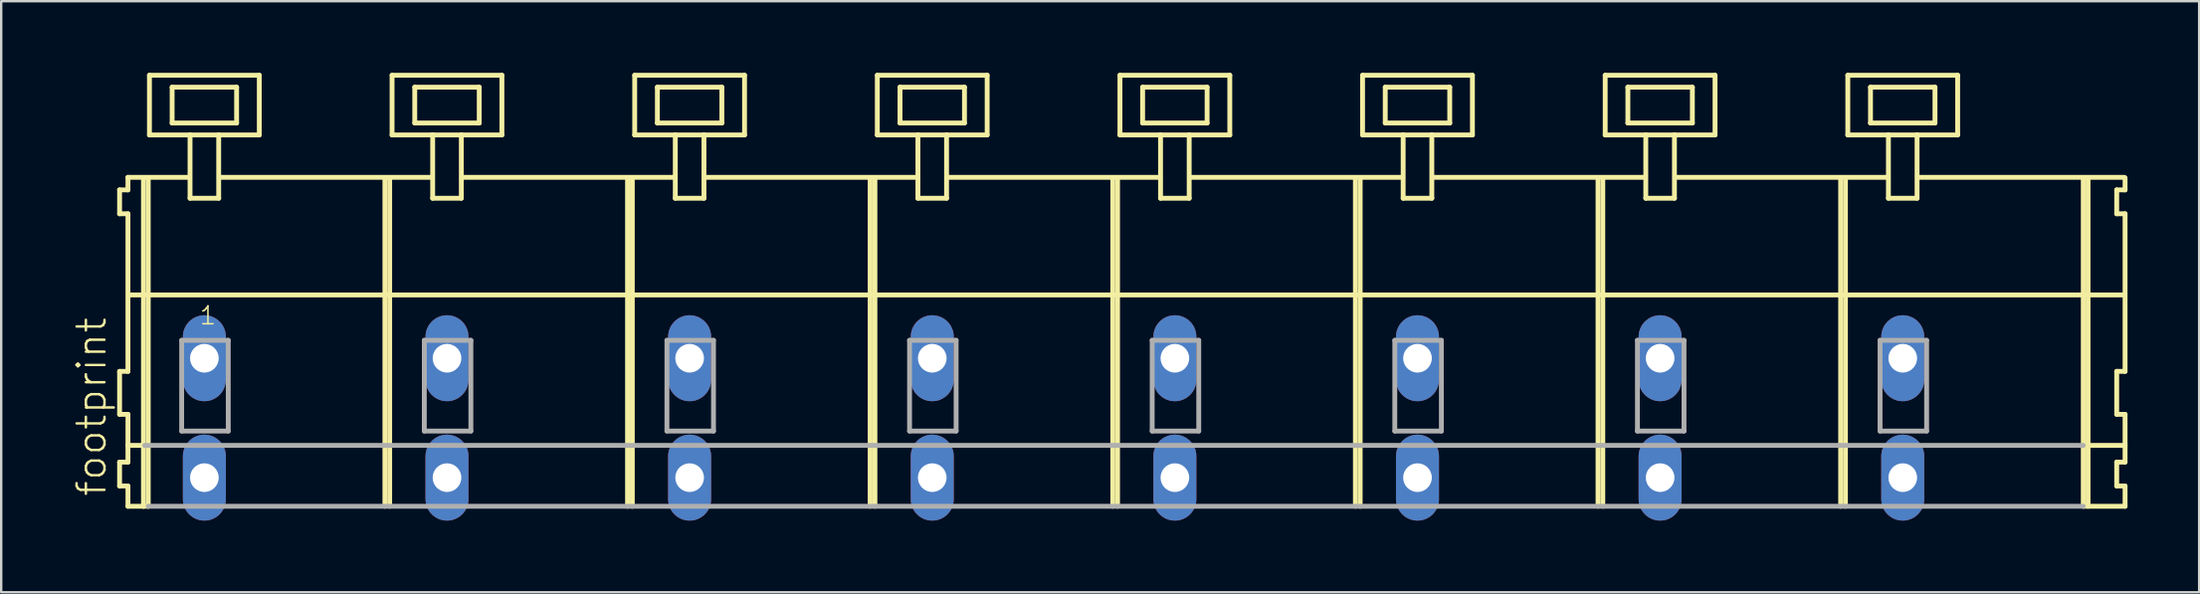
<source format=kicad_pcb>
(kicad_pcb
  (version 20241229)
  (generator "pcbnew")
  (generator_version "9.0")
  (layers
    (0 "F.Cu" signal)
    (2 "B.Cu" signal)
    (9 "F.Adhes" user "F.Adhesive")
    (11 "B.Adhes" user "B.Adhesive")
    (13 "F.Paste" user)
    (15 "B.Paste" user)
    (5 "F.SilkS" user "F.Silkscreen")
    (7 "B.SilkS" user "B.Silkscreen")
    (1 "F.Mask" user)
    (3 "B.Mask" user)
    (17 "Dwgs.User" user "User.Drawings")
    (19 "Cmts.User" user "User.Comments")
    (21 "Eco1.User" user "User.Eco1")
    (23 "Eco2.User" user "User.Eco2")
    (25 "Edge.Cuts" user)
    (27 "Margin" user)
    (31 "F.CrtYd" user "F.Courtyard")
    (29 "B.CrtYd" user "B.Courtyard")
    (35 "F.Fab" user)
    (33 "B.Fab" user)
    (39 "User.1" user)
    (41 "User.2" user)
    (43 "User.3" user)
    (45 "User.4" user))
  (footprint "footprint"
    (layer "F.Cu")
    (at 43.608 11.952)
    (property "Reference" "footprint" (at -42.135 5.855 90) (layer "F.SilkS") (effects (font (size 1.168 1.168) (thickness 0.102)) (justify left bottom)))
    (fp_line (start -41.65 -7.05) (end -41.65 -6.05) (stroke (width 0.203) (type solid)) (layer "F.SilkS"))
    (fp_line (start -41.65 -6.05) (end -41.3 -6.05) (stroke (width 0.203) (type solid)) (layer "F.SilkS"))
    (fp_line (start -41.65 0.55) (end -41.65 2.35) (stroke (width 0.203) (type solid)) (layer "F.SilkS"))
    (fp_line (start -41.65 2.35) (end -41.3 2.35) (stroke (width 0.203) (type solid)) (layer "F.SilkS"))
    (fp_line (start -41.65 4.35) (end -41.65 5.35) (stroke (width 0.203) (type solid)) (layer "F.SilkS"))
    (fp_line (start -41.65 5.35) (end -41.3 5.35) (stroke (width 0.203) (type solid)) (layer "F.SilkS"))
    (fp_line (start -41.3 -7.575) (end -41.3 -7.05) (stroke (width 0.203) (type solid)) (layer "F.SilkS"))
    (fp_line (start -41.3 -7.575) (end -38.725 -7.575) (stroke (width 0.203) (type solid)) (layer "F.SilkS"))
    (fp_line (start -41.3 -7.05) (end -41.65 -7.05) (stroke (width 0.203) (type solid)) (layer "F.SilkS"))
    (fp_line (start -41.3 -6.05) (end -41.3 0.55) (stroke (width 0.203) (type solid)) (layer "F.SilkS"))
    (fp_line (start -41.3 0.55) (end -41.65 0.55) (stroke (width 0.203) (type solid)) (layer "F.SilkS"))
    (fp_line (start -41.3 2.35) (end -41.3 4.35) (stroke (width 0.203) (type solid)) (layer "F.SilkS"))
    (fp_line (start -41.3 3.65) (end -40.6 3.65) (stroke (width 0.203) (type solid)) (layer "F.SilkS"))
    (fp_line (start -41.3 4.35) (end -41.65 4.35) (stroke (width 0.203) (type solid)) (layer "F.SilkS"))
    (fp_line (start -41.3 5.35) (end -41.3 6.2) (stroke (width 0.203) (type solid)) (layer "F.SilkS"))
    (fp_line (start -41.3 6.2) (end -40.65 6.2) (stroke (width 0.203) (type solid)) (layer "F.SilkS"))
    (fp_line (start -41.25 -2.65) (end 42.28 -2.65) (stroke (width 0.203) (type solid)) (layer "F.SilkS"))
    (fp_line (start -40.65 -7.55) (end -40.65 6.2) (stroke (width 0.203) (type solid)) (layer "F.SilkS"))
    (fp_line (start -40.65 6.2) (end -40.45 6.2) (stroke (width 0.203) (type solid)) (layer "F.SilkS"))
    (fp_line (start -40.45 -7.55) (end -40.45 6.2) (stroke (width 0.203) (type solid)) (layer "F.SilkS"))
    (fp_line (start -40.4 -11.85) (end -40.4 -9.35) (stroke (width 0.203) (type solid)) (layer "F.SilkS"))
    (fp_line (start -40.4 -9.35) (end -38.7 -9.35) (stroke (width 0.203) (type solid)) (layer "F.SilkS"))
    (fp_line (start -39.45 -11.35) (end -39.45 -9.85) (stroke (width 0.203) (type solid)) (layer "F.SilkS"))
    (fp_line (start -39.45 -9.85) (end -36.75 -9.85) (stroke (width 0.203) (type solid)) (layer "F.SilkS"))
    (fp_line (start -38.7 -9.35) (end -38.7 -6.7) (stroke (width 0.203) (type solid)) (layer "F.SilkS"))
    (fp_line (start -38.7 -9.35) (end -37.5 -9.35) (stroke (width 0.203) (type solid)) (layer "F.SilkS"))
    (fp_line (start -38.7 -6.7) (end -37.5 -6.7) (stroke (width 0.203) (type solid)) (layer "F.SilkS"))
    (fp_line (start -37.5 -9.35) (end -35.8 -9.35) (stroke (width 0.203) (type solid)) (layer "F.SilkS"))
    (fp_line (start -37.5 -6.7) (end -37.5 -9.35) (stroke (width 0.203) (type solid)) (layer "F.SilkS"))
    (fp_line (start -37.475 -7.575) (end -28.561 -7.575) (stroke (width 0.203) (type solid)) (layer "F.SilkS"))
    (fp_line (start -36.75 -11.35) (end -39.45 -11.35) (stroke (width 0.203) (type solid)) (layer "F.SilkS"))
    (fp_line (start -36.75 -9.85) (end -36.75 -11.35) (stroke (width 0.203) (type solid)) (layer "F.SilkS"))
    (fp_line (start -35.8 -11.85) (end -40.4 -11.85) (stroke (width 0.203) (type solid)) (layer "F.SilkS"))
    (fp_line (start -35.8 -9.35) (end -35.8 -11.85) (stroke (width 0.203) (type solid)) (layer "F.SilkS"))
    (fp_line (start -30.54 -7.55) (end -30.54 6.2) (stroke (width 0.203) (type solid)) (layer "F.SilkS"))
    (fp_line (start -30.34 -7.55) (end -30.34 6.2) (stroke (width 0.203) (type solid)) (layer "F.SilkS"))
    (fp_line (start -30.24 -11.85) (end -30.24 -9.35) (stroke (width 0.203) (type solid)) (layer "F.SilkS"))
    (fp_line (start -30.24 -9.35) (end -28.54 -9.35) (stroke (width 0.203) (type solid)) (layer "F.SilkS"))
    (fp_line (start -29.29 -11.35) (end -29.29 -9.85) (stroke (width 0.203) (type solid)) (layer "F.SilkS"))
    (fp_line (start -29.29 -9.85) (end -26.59 -9.85) (stroke (width 0.203) (type solid)) (layer "F.SilkS"))
    (fp_line (start -28.54 -9.35) (end -28.54 -6.7) (stroke (width 0.203) (type solid)) (layer "F.SilkS"))
    (fp_line (start -28.54 -9.35) (end -27.34 -9.35) (stroke (width 0.203) (type solid)) (layer "F.SilkS"))
    (fp_line (start -28.54 -6.7) (end -27.34 -6.7) (stroke (width 0.203) (type solid)) (layer "F.SilkS"))
    (fp_line (start -27.34 -9.35) (end -25.64 -9.35) (stroke (width 0.203) (type solid)) (layer "F.SilkS"))
    (fp_line (start -27.34 -6.7) (end -27.34 -9.35) (stroke (width 0.203) (type solid)) (layer "F.SilkS"))
    (fp_line (start -27.315 -7.575) (end -18.401 -7.575) (stroke (width 0.203) (type solid)) (layer "F.SilkS"))
    (fp_line (start -26.59 -11.35) (end -29.29 -11.35) (stroke (width 0.203) (type solid)) (layer "F.SilkS"))
    (fp_line (start -26.59 -9.85) (end -26.59 -11.35) (stroke (width 0.203) (type solid)) (layer "F.SilkS"))
    (fp_line (start -25.64 -11.85) (end -30.24 -11.85) (stroke (width 0.203) (type solid)) (layer "F.SilkS"))
    (fp_line (start -25.64 -9.35) (end -25.64 -11.85) (stroke (width 0.203) (type solid)) (layer "F.SilkS"))
    (fp_line (start -20.38 -7.55) (end -20.38 6.2) (stroke (width 0.203) (type solid)) (layer "F.SilkS"))
    (fp_line (start -20.18 -7.55) (end -20.18 6.2) (stroke (width 0.203) (type solid)) (layer "F.SilkS"))
    (fp_line (start -20.08 -11.85) (end -20.08 -9.35) (stroke (width 0.203) (type solid)) (layer "F.SilkS"))
    (fp_line (start -20.08 -9.35) (end -18.38 -9.35) (stroke (width 0.203) (type solid)) (layer "F.SilkS"))
    (fp_line (start -19.13 -11.35) (end -19.13 -9.85) (stroke (width 0.203) (type solid)) (layer "F.SilkS"))
    (fp_line (start -19.13 -9.85) (end -16.43 -9.85) (stroke (width 0.203) (type solid)) (layer "F.SilkS"))
    (fp_line (start -18.38 -9.35) (end -18.38 -6.7) (stroke (width 0.203) (type solid)) (layer "F.SilkS"))
    (fp_line (start -18.38 -9.35) (end -17.18 -9.35) (stroke (width 0.203) (type solid)) (layer "F.SilkS"))
    (fp_line (start -18.38 -6.7) (end -17.18 -6.7) (stroke (width 0.203) (type solid)) (layer "F.SilkS"))
    (fp_line (start -17.18 -9.35) (end -15.48 -9.35) (stroke (width 0.203) (type solid)) (layer "F.SilkS"))
    (fp_line (start -17.18 -6.7) (end -17.18 -9.35) (stroke (width 0.203) (type solid)) (layer "F.SilkS"))
    (fp_line (start -17.155 -7.575) (end -8.241 -7.575) (stroke (width 0.203) (type solid)) (layer "F.SilkS"))
    (fp_line (start -16.43 -11.35) (end -19.13 -11.35) (stroke (width 0.203) (type solid)) (layer "F.SilkS"))
    (fp_line (start -16.43 -9.85) (end -16.43 -11.35) (stroke (width 0.203) (type solid)) (layer "F.SilkS"))
    (fp_line (start -15.48 -11.85) (end -20.08 -11.85) (stroke (width 0.203) (type solid)) (layer "F.SilkS"))
    (fp_line (start -15.48 -9.35) (end -15.48 -11.85) (stroke (width 0.203) (type solid)) (layer "F.SilkS"))
    (fp_line (start -10.22 -7.55) (end -10.22 6.2) (stroke (width 0.203) (type solid)) (layer "F.SilkS"))
    (fp_line (start -10.02 -7.55) (end -10.02 6.2) (stroke (width 0.203) (type solid)) (layer "F.SilkS"))
    (fp_line (start -9.92 -11.85) (end -9.92 -9.35) (stroke (width 0.203) (type solid)) (layer "F.SilkS"))
    (fp_line (start -9.92 -9.35) (end -8.22 -9.35) (stroke (width 0.203) (type solid)) (layer "F.SilkS"))
    (fp_line (start -8.97 -11.35) (end -8.97 -9.85) (stroke (width 0.203) (type solid)) (layer "F.SilkS"))
    (fp_line (start -8.97 -9.85) (end -6.27 -9.85) (stroke (width 0.203) (type solid)) (layer "F.SilkS"))
    (fp_line (start -8.22 -9.35) (end -8.22 -6.7) (stroke (width 0.203) (type solid)) (layer "F.SilkS"))
    (fp_line (start -8.22 -9.35) (end -7.02 -9.35) (stroke (width 0.203) (type solid)) (layer "F.SilkS"))
    (fp_line (start -8.22 -6.7) (end -7.02 -6.7) (stroke (width 0.203) (type solid)) (layer "F.SilkS"))
    (fp_line (start -7.02 -9.35) (end -5.32 -9.35) (stroke (width 0.203) (type solid)) (layer "F.SilkS"))
    (fp_line (start -7.02 -6.7) (end -7.02 -9.35) (stroke (width 0.203) (type solid)) (layer "F.SilkS"))
    (fp_line (start -6.995 -7.575) (end 1.919 -7.575) (stroke (width 0.203) (type solid)) (layer "F.SilkS"))
    (fp_line (start -6.27 -11.35) (end -8.97 -11.35) (stroke (width 0.203) (type solid)) (layer "F.SilkS"))
    (fp_line (start -6.27 -9.85) (end -6.27 -11.35) (stroke (width 0.203) (type solid)) (layer "F.SilkS"))
    (fp_line (start -5.32 -11.85) (end -9.92 -11.85) (stroke (width 0.203) (type solid)) (layer "F.SilkS"))
    (fp_line (start -5.32 -9.35) (end -5.32 -11.85) (stroke (width 0.203) (type solid)) (layer "F.SilkS"))
    (fp_line (start -0.06 -7.55) (end -0.06 6.2) (stroke (width 0.203) (type solid)) (layer "F.SilkS"))
    (fp_line (start 0.14 -7.55) (end 0.14 6.2) (stroke (width 0.203) (type solid)) (layer "F.SilkS"))
    (fp_line (start 0.24 -11.85) (end 0.24 -9.35) (stroke (width 0.203) (type solid)) (layer "F.SilkS"))
    (fp_line (start 0.24 -9.35) (end 1.94 -9.35) (stroke (width 0.203) (type solid)) (layer "F.SilkS"))
    (fp_line (start 1.19 -11.35) (end 1.19 -9.85) (stroke (width 0.203) (type solid)) (layer "F.SilkS"))
    (fp_line (start 1.19 -9.85) (end 3.89 -9.85) (stroke (width 0.203) (type solid)) (layer "F.SilkS"))
    (fp_line (start 1.94 -9.35) (end 1.94 -6.7) (stroke (width 0.203) (type solid)) (layer "F.SilkS"))
    (fp_line (start 1.94 -9.35) (end 3.14 -9.35) (stroke (width 0.203) (type solid)) (layer "F.SilkS"))
    (fp_line (start 1.94 -6.7) (end 3.14 -6.7) (stroke (width 0.203) (type solid)) (layer "F.SilkS"))
    (fp_line (start 3.14 -9.35) (end 4.84 -9.35) (stroke (width 0.203) (type solid)) (layer "F.SilkS"))
    (fp_line (start 3.14 -6.7) (end 3.14 -9.35) (stroke (width 0.203) (type solid)) (layer "F.SilkS"))
    (fp_line (start 3.165 -7.575) (end 12.079 -7.575) (stroke (width 0.203) (type solid)) (layer "F.SilkS"))
    (fp_line (start 3.89 -11.35) (end 1.19 -11.35) (stroke (width 0.203) (type solid)) (layer "F.SilkS"))
    (fp_line (start 3.89 -9.85) (end 3.89 -11.35) (stroke (width 0.203) (type solid)) (layer "F.SilkS"))
    (fp_line (start 4.84 -11.85) (end 0.24 -11.85) (stroke (width 0.203) (type solid)) (layer "F.SilkS"))
    (fp_line (start 4.84 -9.35) (end 4.84 -11.85) (stroke (width 0.203) (type solid)) (layer "F.SilkS"))
    (fp_line (start 10.1 -7.55) (end 10.1 6.2) (stroke (width 0.203) (type solid)) (layer "F.SilkS"))
    (fp_line (start 10.3 -7.55) (end 10.3 6.2) (stroke (width 0.203) (type solid)) (layer "F.SilkS"))
    (fp_line (start 10.4 -11.85) (end 10.4 -9.35) (stroke (width 0.203) (type solid)) (layer "F.SilkS"))
    (fp_line (start 10.4 -9.35) (end 12.1 -9.35) (stroke (width 0.203) (type solid)) (layer "F.SilkS"))
    (fp_line (start 11.35 -11.35) (end 11.35 -9.85) (stroke (width 0.203) (type solid)) (layer "F.SilkS"))
    (fp_line (start 11.35 -9.85) (end 14.05 -9.85) (stroke (width 0.203) (type solid)) (layer "F.SilkS"))
    (fp_line (start 12.1 -9.35) (end 12.1 -6.7) (stroke (width 0.203) (type solid)) (layer "F.SilkS"))
    (fp_line (start 12.1 -9.35) (end 13.3 -9.35) (stroke (width 0.203) (type solid)) (layer "F.SilkS"))
    (fp_line (start 12.1 -6.7) (end 13.3 -6.7) (stroke (width 0.203) (type solid)) (layer "F.SilkS"))
    (fp_line (start 13.3 -9.35) (end 15 -9.35) (stroke (width 0.203) (type solid)) (layer "F.SilkS"))
    (fp_line (start 13.3 -6.7) (end 13.3 -9.35) (stroke (width 0.203) (type solid)) (layer "F.SilkS"))
    (fp_line (start 13.325 -7.575) (end 22.239 -7.575) (stroke (width 0.203) (type solid)) (layer "F.SilkS"))
    (fp_line (start 14.05 -11.35) (end 11.35 -11.35) (stroke (width 0.203) (type solid)) (layer "F.SilkS"))
    (fp_line (start 14.05 -9.85) (end 14.05 -11.35) (stroke (width 0.203) (type solid)) (layer "F.SilkS"))
    (fp_line (start 15 -11.85) (end 10.4 -11.85) (stroke (width 0.203) (type solid)) (layer "F.SilkS"))
    (fp_line (start 15 -9.35) (end 15 -11.85) (stroke (width 0.203) (type solid)) (layer "F.SilkS"))
    (fp_line (start 20.26 -7.55) (end 20.26 6.2) (stroke (width 0.203) (type solid)) (layer "F.SilkS"))
    (fp_line (start 20.46 -7.55) (end 20.46 6.2) (stroke (width 0.203) (type solid)) (layer "F.SilkS"))
    (fp_line (start 20.56 -11.85) (end 20.56 -9.35) (stroke (width 0.203) (type solid)) (layer "F.SilkS"))
    (fp_line (start 20.56 -9.35) (end 22.26 -9.35) (stroke (width 0.203) (type solid)) (layer "F.SilkS"))
    (fp_line (start 21.51 -11.35) (end 21.51 -9.85) (stroke (width 0.203) (type solid)) (layer "F.SilkS"))
    (fp_line (start 21.51 -9.85) (end 24.21 -9.85) (stroke (width 0.203) (type solid)) (layer "F.SilkS"))
    (fp_line (start 22.26 -9.35) (end 22.26 -6.7) (stroke (width 0.203) (type solid)) (layer "F.SilkS"))
    (fp_line (start 22.26 -9.35) (end 23.46 -9.35) (stroke (width 0.203) (type solid)) (layer "F.SilkS"))
    (fp_line (start 22.26 -6.7) (end 23.46 -6.7) (stroke (width 0.203) (type solid)) (layer "F.SilkS"))
    (fp_line (start 23.46 -9.35) (end 25.16 -9.35) (stroke (width 0.203) (type solid)) (layer "F.SilkS"))
    (fp_line (start 23.46 -6.7) (end 23.46 -9.35) (stroke (width 0.203) (type solid)) (layer "F.SilkS"))
    (fp_line (start 23.485 -7.575) (end 32.399 -7.575) (stroke (width 0.203) (type solid)) (layer "F.SilkS"))
    (fp_line (start 24.21 -11.35) (end 21.51 -11.35) (stroke (width 0.203) (type solid)) (layer "F.SilkS"))
    (fp_line (start 24.21 -9.85) (end 24.21 -11.35) (stroke (width 0.203) (type solid)) (layer "F.SilkS"))
    (fp_line (start 25.16 -11.85) (end 20.56 -11.85) (stroke (width 0.203) (type solid)) (layer "F.SilkS"))
    (fp_line (start 25.16 -9.35) (end 25.16 -11.85) (stroke (width 0.203) (type solid)) (layer "F.SilkS"))
    (fp_line (start 30.42 -7.55) (end 30.42 6.2) (stroke (width 0.203) (type solid)) (layer "F.SilkS"))
    (fp_line (start 30.62 -7.55) (end 30.62 6.2) (stroke (width 0.203) (type solid)) (layer "F.SilkS"))
    (fp_line (start 30.72 -11.85) (end 30.72 -9.35) (stroke (width 0.203) (type solid)) (layer "F.SilkS"))
    (fp_line (start 30.72 -9.35) (end 32.42 -9.35) (stroke (width 0.203) (type solid)) (layer "F.SilkS"))
    (fp_line (start 31.67 -11.35) (end 31.67 -9.85) (stroke (width 0.203) (type solid)) (layer "F.SilkS"))
    (fp_line (start 31.67 -9.85) (end 34.37 -9.85) (stroke (width 0.203) (type solid)) (layer "F.SilkS"))
    (fp_line (start 32.42 -9.35) (end 32.42 -6.7) (stroke (width 0.203) (type solid)) (layer "F.SilkS"))
    (fp_line (start 32.42 -9.35) (end 33.62 -9.35) (stroke (width 0.203) (type solid)) (layer "F.SilkS"))
    (fp_line (start 32.42 -6.7) (end 33.62 -6.7) (stroke (width 0.203) (type solid)) (layer "F.SilkS"))
    (fp_line (start 33.62 -9.35) (end 35.32 -9.35) (stroke (width 0.203) (type solid)) (layer "F.SilkS"))
    (fp_line (start 33.62 -6.7) (end 33.62 -9.35) (stroke (width 0.203) (type solid)) (layer "F.SilkS"))
    (fp_line (start 33.645 -7.575) (end 42.305 -7.575) (stroke (width 0.203) (type solid)) (layer "F.SilkS"))
    (fp_line (start 34.37 -11.35) (end 31.67 -11.35) (stroke (width 0.203) (type solid)) (layer "F.SilkS"))
    (fp_line (start 34.37 -9.85) (end 34.37 -11.35) (stroke (width 0.203) (type solid)) (layer "F.SilkS"))
    (fp_line (start 35.32 -11.85) (end 30.72 -11.85) (stroke (width 0.203) (type solid)) (layer "F.SilkS"))
    (fp_line (start 35.32 -9.35) (end 35.32 -11.85) (stroke (width 0.203) (type solid)) (layer "F.SilkS"))
    (fp_line (start 40.58 -7.55) (end 40.58 6.2) (stroke (width 0.203) (type solid)) (layer "F.SilkS"))
    (fp_line (start 40.58 6.2) (end 42.33 6.2) (stroke (width 0.203) (type solid)) (layer "F.SilkS"))
    (fp_line (start 40.63 3.65) (end 42.33 3.65) (stroke (width 0.203) (type solid)) (layer "F.SilkS"))
    (fp_line (start 40.78 -7.55) (end 40.78 6.2) (stroke (width 0.203) (type solid)) (layer "F.SilkS"))
    (fp_line (start 41.98 -7.05) (end 41.98 -6.05) (stroke (width 0.203) (type solid)) (layer "F.SilkS"))
    (fp_line (start 41.98 -6.05) (end 42.33 -6.05) (stroke (width 0.203) (type solid)) (layer "F.SilkS"))
    (fp_line (start 41.98 0.55) (end 41.98 2.35) (stroke (width 0.203) (type solid)) (layer "F.SilkS"))
    (fp_line (start 41.98 2.35) (end 42.33 2.35) (stroke (width 0.203) (type solid)) (layer "F.SilkS"))
    (fp_line (start 41.98 4.35) (end 41.98 5.35) (stroke (width 0.203) (type solid)) (layer "F.SilkS"))
    (fp_line (start 41.98 5.35) (end 42.33 5.35) (stroke (width 0.203) (type solid)) (layer "F.SilkS"))
    (fp_line (start 42.33 -7.05) (end 41.98 -7.05) (stroke (width 0.203) (type solid)) (layer "F.SilkS"))
    (fp_line (start 42.33 -7.05) (end 42.33 -7.55) (stroke (width 0.203) (type solid)) (layer "F.SilkS"))
    (fp_line (start 42.33 0.55) (end 41.98 0.55) (stroke (width 0.203) (type solid)) (layer "F.SilkS"))
    (fp_line (start 42.33 0.55) (end 42.33 -6.05) (stroke (width 0.203) (type solid)) (layer "F.SilkS"))
    (fp_line (start 42.33 3.65) (end 42.33 2.35) (stroke (width 0.203) (type solid)) (layer "F.SilkS"))
    (fp_line (start 42.33 4.35) (end 41.98 4.35) (stroke (width 0.203) (type solid)) (layer "F.SilkS"))
    (fp_line (start 42.33 4.35) (end 42.33 3.65) (stroke (width 0.203) (type solid)) (layer "F.SilkS"))
    (fp_line (start 42.33 6.2) (end 42.33 5.35) (stroke (width 0.203) (type solid)) (layer "F.SilkS"))
    (fp_line (start -40.6 3.65) (end 40.58 3.65) (stroke (width 0.203) (type solid)) (layer "F.Fab"))
    (fp_line (start -40.45 6.2) (end 40.58 6.2) (stroke (width 0.203) (type solid)) (layer "F.Fab"))
    (fp_line (start -39.05 -0.75) (end -39.05 3.05) (stroke (width 0.203) (type solid)) (layer "F.Fab"))
    (fp_line (start -39.05 3.05) (end -37.1 3.05) (stroke (width 0.203) (type solid)) (layer "F.Fab"))
    (fp_line (start -37.1 -0.75) (end -39.05 -0.75) (stroke (width 0.203) (type solid)) (layer "F.Fab"))
    (fp_line (start -37.1 3.05) (end -37.1 -0.75) (stroke (width 0.203) (type solid)) (layer "F.Fab"))
    (fp_line (start -28.89 -0.75) (end -28.89 3.05) (stroke (width 0.203) (type solid)) (layer "F.Fab"))
    (fp_line (start -28.89 3.05) (end -26.94 3.05) (stroke (width 0.203) (type solid)) (layer "F.Fab"))
    (fp_line (start -26.94 -0.75) (end -28.89 -0.75) (stroke (width 0.203) (type solid)) (layer "F.Fab"))
    (fp_line (start -26.94 3.05) (end -26.94 -0.75) (stroke (width 0.203) (type solid)) (layer "F.Fab"))
    (fp_line (start -18.73 -0.75) (end -18.73 3.05) (stroke (width 0.203) (type solid)) (layer "F.Fab"))
    (fp_line (start -18.73 3.05) (end -16.78 3.05) (stroke (width 0.203) (type solid)) (layer "F.Fab"))
    (fp_line (start -16.78 -0.75) (end -18.73 -0.75) (stroke (width 0.203) (type solid)) (layer "F.Fab"))
    (fp_line (start -16.78 3.05) (end -16.78 -0.75) (stroke (width 0.203) (type solid)) (layer "F.Fab"))
    (fp_line (start -8.57 -0.75) (end -8.57 3.05) (stroke (width 0.203) (type solid)) (layer "F.Fab"))
    (fp_line (start -8.57 3.05) (end -6.62 3.05) (stroke (width 0.203) (type solid)) (layer "F.Fab"))
    (fp_line (start -6.62 -0.75) (end -8.57 -0.75) (stroke (width 0.203) (type solid)) (layer "F.Fab"))
    (fp_line (start -6.62 3.05) (end -6.62 -0.75) (stroke (width 0.203) (type solid)) (layer "F.Fab"))
    (fp_line (start 1.59 -0.75) (end 1.59 3.05) (stroke (width 0.203) (type solid)) (layer "F.Fab"))
    (fp_line (start 1.59 3.05) (end 3.54 3.05) (stroke (width 0.203) (type solid)) (layer "F.Fab"))
    (fp_line (start 3.54 -0.75) (end 1.59 -0.75) (stroke (width 0.203) (type solid)) (layer "F.Fab"))
    (fp_line (start 3.54 3.05) (end 3.54 -0.75) (stroke (width 0.203) (type solid)) (layer "F.Fab"))
    (fp_line (start 11.75 -0.75) (end 11.75 3.05) (stroke (width 0.203) (type solid)) (layer "F.Fab"))
    (fp_line (start 11.75 3.05) (end 13.7 3.05) (stroke (width 0.203) (type solid)) (layer "F.Fab"))
    (fp_line (start 13.7 -0.75) (end 11.75 -0.75) (stroke (width 0.203) (type solid)) (layer "F.Fab"))
    (fp_line (start 13.7 3.05) (end 13.7 -0.75) (stroke (width 0.203) (type solid)) (layer "F.Fab"))
    (fp_line (start 21.91 -0.75) (end 21.91 3.05) (stroke (width 0.203) (type solid)) (layer "F.Fab"))
    (fp_line (start 21.91 3.05) (end 23.86 3.05) (stroke (width 0.203) (type solid)) (layer "F.Fab"))
    (fp_line (start 23.86 -0.75) (end 21.91 -0.75) (stroke (width 0.203) (type solid)) (layer "F.Fab"))
    (fp_line (start 23.86 3.05) (end 23.86 -0.75) (stroke (width 0.203) (type solid)) (layer "F.Fab"))
    (fp_line (start 32.07 -0.75) (end 32.07 3.05) (stroke (width 0.203) (type solid)) (layer "F.Fab"))
    (fp_line (start 32.07 3.05) (end 34.02 3.05) (stroke (width 0.203) (type solid)) (layer "F.Fab"))
    (fp_line (start 34.02 -0.75) (end 32.07 -0.75) (stroke (width 0.203) (type solid)) (layer "F.Fab"))
    (fp_line (start 34.02 3.05) (end 34.02 -0.75) (stroke (width 0.203) (type solid)) (layer "F.Fab"))
    (fp_text user "1" (at -38.35 -1.35 0) (layer "F.SilkS") (effects (font (size 0.748 0.748) (thickness 0.065)) (justify left bottom)))
    (pad "A1" thru_hole oval (at -38.1 0 90) (size 3.6 1.8) (drill 1.2) (layers "*.Cu" "*.Mask"))
    (pad "A2" thru_hole oval (at -27.94 0 90) (size 3.6 1.8) (drill 1.2) (layers "*.Cu" "*.Mask"))
    (pad "A3" thru_hole oval (at -17.78 0 90) (size 3.6 1.8) (drill 1.2) (layers "*.Cu" "*.Mask"))
    (pad "A4" thru_hole oval (at -7.62 0 90) (size 3.6 1.8) (drill 1.2) (layers "*.Cu" "*.Mask"))
    (pad "A5" thru_hole oval (at 2.54 0 90) (size 3.6 1.8) (drill 1.2) (layers "*.Cu" "*.Mask"))
    (pad "A6" thru_hole oval (at 12.7 0 90) (size 3.6 1.8) (drill 1.2) (layers "*.Cu" "*.Mask"))
    (pad "A7" thru_hole oval (at 22.86 0 90) (size 3.6 1.8) (drill 1.2) (layers "*.Cu" "*.Mask"))
    (pad "A8" thru_hole oval (at 33.02 0 90) (size 3.6 1.8) (drill 1.2) (layers "*.Cu" "*.Mask"))
    (pad "B1" thru_hole oval (at -38.1 5 90) (size 3.6 1.8) (drill 1.2) (layers "*.Cu" "*.Mask"))
    (pad "B2" thru_hole oval (at -27.94 5 90) (size 3.6 1.8) (drill 1.2) (layers "*.Cu" "*.Mask"))
    (pad "B3" thru_hole oval (at -17.78 5 90) (size 3.6 1.8) (drill 1.2) (layers "*.Cu" "*.Mask"))
    (pad "B4" thru_hole oval (at -7.62 5 90) (size 3.6 1.8) (drill 1.2) (layers "*.Cu" "*.Mask"))
    (pad "B5" thru_hole oval (at 2.54 5 90) (size 3.6 1.8) (drill 1.2) (layers "*.Cu" "*.Mask"))
    (pad "B6" thru_hole oval (at 12.7 5 90) (size 3.6 1.8) (drill 1.2) (layers "*.Cu" "*.Mask"))
    (pad "B7" thru_hole oval (at 22.86 5 90) (size 3.6 1.8) (drill 1.2) (layers "*.Cu" "*.Mask"))
    (pad "B8" thru_hole oval (at 33.02 5 90) (size 3.6 1.8) (drill 1.2) (layers "*.Cu" "*.Mask")))
  (gr_rect
    (start -3 -3)
    (end 89.04 21.752)
    (stroke (width 0.1) (type default))
    (fill no)
    (layer "Edge.Cuts")))
</source>
